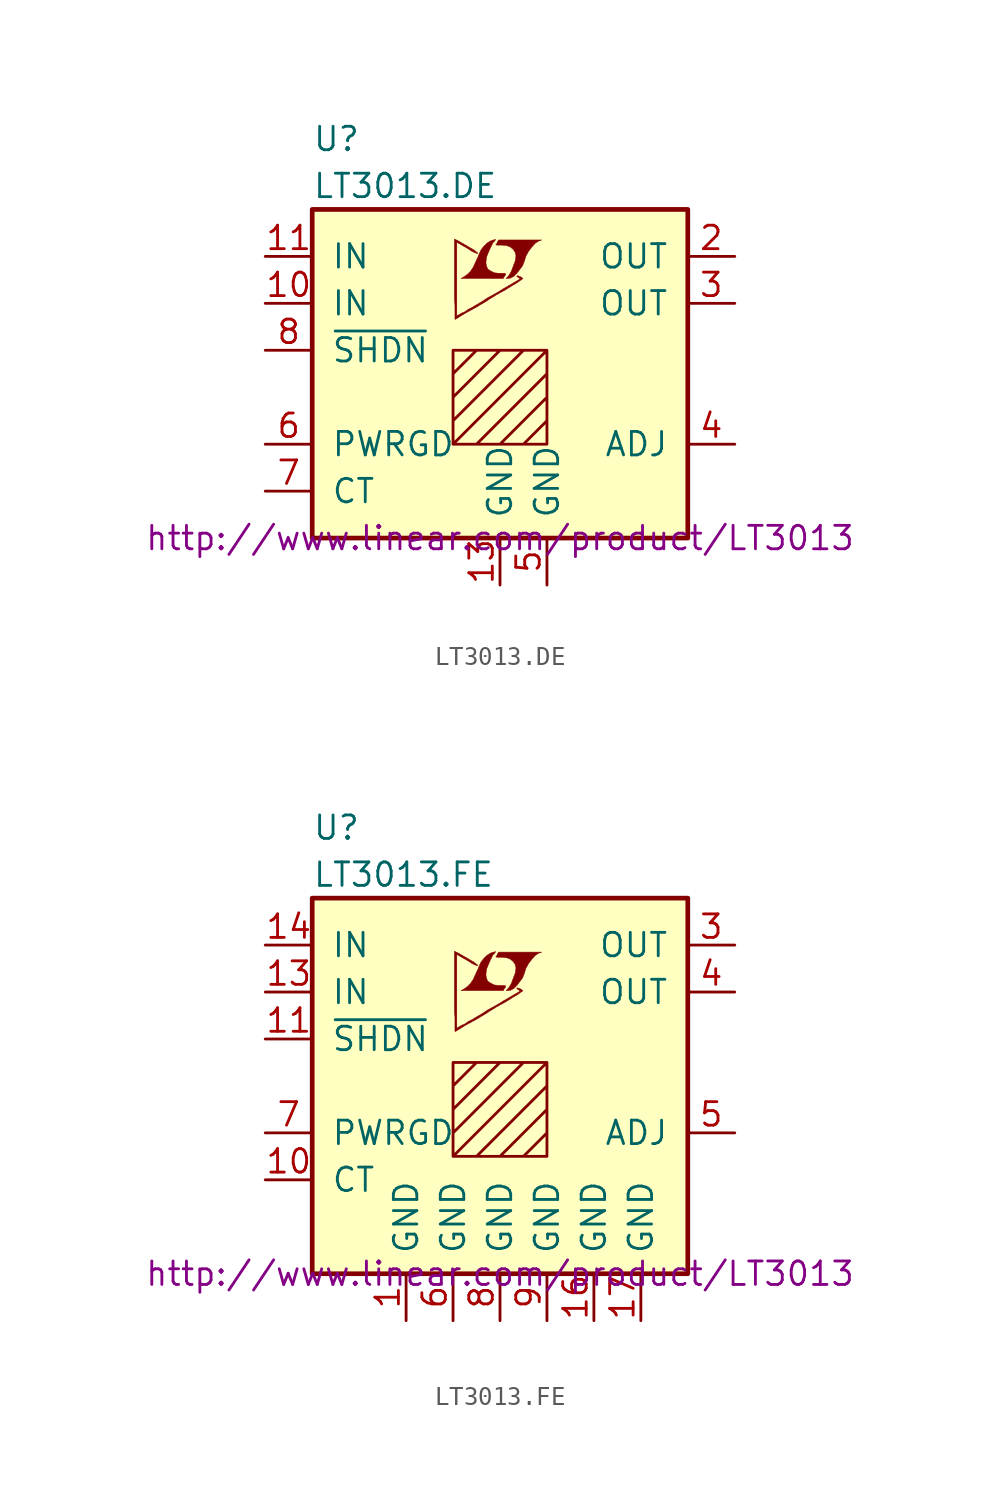
<source format=kicad_sym>
(kicad_symbol_lib
  (version 20201005)
  (generator kicad_symbol_editor)
  (symbol "LT3013.DE"
    (pin_names
      (offset 1.016))
    (property "Reference" "U"
      (at -10.16 13.97 0)
      (effects (font (size 1.27 1.27)) (justify left)))
    (property "Value" "LT3013.DE"
      (at -10.16 11.43 0)
      (effects (font (size 1.27 1.27)) (justify left)))
    (property "Datasheet" "http://www.linear.com/product/LT3013"
      (at 0 -7.62 0)
      (effects (font (size 1.27 1.27))))
    (symbol "LT3013.DE_0_0"
      (polyline (pts (xy 0.584 6.452) (xy 0.762 6.553) (xy 0.914 6.706) (xy 1.219 7.112) (xy 1.321 7.366) (xy 1.397 7.62) (xy 1.549 7.899) (xy 1.727 8.128) (xy 1.905 8.331) (xy 2.108 8.458) (xy 2.261 8.509) (xy -0.076 8.509) (xy -0.152 8.382) (xy -0.152 8.357) (xy -0.203 8.28) (xy -0.229 8.255) (xy -0.178 8.23) (xy 0.102 8.23) (xy 0.356 8.204) (xy 0.559 8.128) (xy 0.711 8.001) (xy 0.813 7.849) (xy 0.864 7.671) (xy 0.838 7.442) (xy 0.838 7.417) (xy 0.61 6.807) (xy 0.508 6.629) (xy 0.406 6.502) (xy 0.33 6.426) (xy 0.432 6.426) (xy 0.584 6.452)) (stroke (width 0.025)) (fill (type outline)))
      (polyline (pts (xy 0.229 6.528) (xy 0.254 6.553) (xy 0.305 6.629) (xy 0.305 6.68) (xy 0.254 6.706) (xy -0.051 6.706) (xy -0.305 6.731) (xy -0.508 6.833) (xy -0.66 6.934) (xy -0.737 7.112) (xy -0.762 7.29) (xy -0.737 7.518) (xy -0.737 7.544) (xy -0.686 7.696) (xy -0.533 8.052) (xy -0.381 8.357) (xy -0.305 8.433) (xy -0.229 8.534) (xy -0.356 8.509) (xy -0.508 8.458) (xy -0.711 8.331) (xy -0.889 8.153) (xy -1.041 7.95) (xy -1.168 7.671) (xy -1.168 7.645) (xy -1.321 7.315) (xy -1.448 7.036) (xy -1.6 6.807) (xy -1.753 6.655) (xy -1.93 6.528) (xy -2.108 6.426) (xy 0.178 6.426) (xy 0.229 6.528)) (stroke (width 0.025)) (fill (type outline)))
      (polyline (pts (xy -2.362 4.242) (xy -2.286 4.293) (xy -2.159 4.369) (xy -2.083 4.42) (xy -1.829 4.572) (xy -1.27 4.877) (xy -0.762 5.182) (xy -0.533 5.334) (xy -0.356 5.436) (xy -0.203 5.537) (xy -0.102 5.588) (xy -0.025 5.639) (xy 0.127 5.715) (xy 0.305 5.817) (xy 0.711 6.071) (xy 0.889 6.172) (xy 1.041 6.274) (xy 1.143 6.35) (xy 1.219 6.401) (xy 1.245 6.426) (xy 1.092 6.528) (xy 0.94 6.579) (xy 0.914 6.553) (xy 0.914 6.528) (xy 0.991 6.477) (xy 1.092 6.401) (xy 0.178 5.867) (xy -0.025 5.74) (xy -0.33 5.563) (xy -0.66 5.385) (xy -0.965 5.182) (xy -1.27 5.004) (xy -1.524 4.851) (xy -1.727 4.75) (xy -1.905 4.623) (xy -2.083 4.547) (xy -2.21 4.47) (xy -2.311 4.42) (xy -2.337 4.394) (xy -2.337 8.382) (xy -1.803 8.077) (xy -1.676 8.001) (xy -1.524 7.899) (xy -1.372 7.823) (xy -1.295 7.798) (xy -1.245 7.772) (xy -1.219 7.772) (xy -1.219 7.823) (xy -1.295 7.874) (xy -1.422 7.976) (xy -1.6 8.077) (xy -1.727 8.153) (xy -2.083 8.357) (xy -2.21 8.433) (xy -2.464 8.56) (xy -2.464 5.283) (xy -2.438 4.978) (xy -2.438 4.216) (xy -2.413 4.216) (xy -2.362 4.242)) (stroke (width 0.025)) (fill (type outline))))
    (symbol "LT3013.DE_0_1"
      (rectangle (start -10.16 10.16) (end 10.16 -7.62) (stroke (width 0.254)) (fill (type background)))
      (polyline (pts (xy -2.54 1.27) (xy -1.27 2.54) (xy 0 2.54) (xy -2.54 0) (xy -2.54 -1.27) (xy 1.27 2.54) (xy 2.54 2.54) (xy -2.54 -2.54) (xy -1.27 -2.54) (xy 2.54 1.27) (xy 2.54 0) (xy 0 -2.54) (xy 1.27 -2.54) (xy 2.54 -1.27) (xy 2.54 -2.54) (xy -2.54 -2.54) (xy -2.54 2.54) (xy 2.54 2.54) (xy 2.54 -2.54)) (stroke (width 0)) (fill (type none))))
    (symbol "LT3013.DE_1_1"
      (pin unconnected line (at 12.7 2.54 180) (length 2.54) hide (name "NC" (effects (font (size 1.27 1.27)))) (number "1" (effects (font (size 1.27 1.27)))))
      (pin power_in line (at -12.7 5.08 0) (length 2.54) (name "IN" (effects (font (size 1.27 1.27)))) (number "10" (effects (font (size 1.27 1.27)))))
      (pin power_in line (at -12.7 7.62 0) (length 2.54) (name "IN" (effects (font (size 1.27 1.27)))) (number "11" (effects (font (size 1.27 1.27)))))
      (pin unconnected line (at 12.7 -5.08 180) (length 2.54) hide (name "NC" (effects (font (size 1.27 1.27)))) (number "12" (effects (font (size 1.27 1.27)))))
      (pin power_in line (at 0 -10.16 90) (length 2.54) (name "GND" (effects (font (size 1.27 1.27)))) (number "13" (effects (font (size 1.27 1.27)))))
      (pin power_out line (at 12.7 7.62 180) (length 2.54) (name "OUT" (effects (font (size 1.27 1.27)))) (number "2" (effects (font (size 1.27 1.27)))))
      (pin power_out line (at 12.7 5.08 180) (length 2.54) (name "OUT" (effects (font (size 1.27 1.27)))) (number "3" (effects (font (size 1.27 1.27)))))
      (pin passive line (at 12.7 -2.54 180) (length 2.54) (name "ADJ" (effects (font (size 1.27 1.27)))) (number "4" (effects (font (size 1.27 1.27)))))
      (pin power_in line (at 2.54 -10.16 90) (length 2.54) (name "GND" (effects (font (size 1.27 1.27)))) (number "5" (effects (font (size 1.27 1.27)))))
      (pin open_collector line (at -12.7 -2.54 0) (length 2.54) (name "PWRGD" (effects (font (size 1.27 1.27)))) (number "6" (effects (font (size 1.27 1.27)))))
      (pin passive line (at -12.7 -5.08 0) (length 2.54) (name "CT" (effects (font (size 1.27 1.27)))) (number "7" (effects (font (size 1.27 1.27)))))
      (pin input line (at -12.7 2.54 0) (length 2.54) (name "~SHDN~" (effects (font (size 1.27 1.27)))) (number "8" (effects (font (size 1.27 1.27)))))
      (pin unconnected line (at 12.7 0 180) (length 2.54) hide (name "NC" (effects (font (size 1.27 1.27)))) (number "9" (effects (font (size 1.27 1.27)))))))
  (symbol "LT3013.FE"
    (pin_names
      (offset 1.016))
    (property "Reference" "U"
      (at -10.16 13.97 0)
      (effects (font (size 1.27 1.27)) (justify left)))
    (property "Value" "LT3013.FE"
      (at -10.16 11.43 0)
      (effects (font (size 1.27 1.27)) (justify left)))
    (property "Datasheet" "http://www.linear.com/product/LT3013"
      (at 0 -10.16 0)
      (effects (font (size 1.27 1.27))))
    (symbol "LT3013.FE_0_0"
      (polyline (pts (xy 0.584 5.182) (xy 0.762 5.283) (xy 0.914 5.436) (xy 1.219 5.842) (xy 1.321 6.096) (xy 1.397 6.35) (xy 1.549 6.629) (xy 1.727 6.858) (xy 1.905 7.061) (xy 2.108 7.188) (xy 2.261 7.239) (xy -0.076 7.239) (xy -0.152 7.112) (xy -0.152 7.087) (xy -0.203 7.01) (xy -0.229 6.985) (xy -0.178 6.96) (xy 0.102 6.96) (xy 0.356 6.934) (xy 0.559 6.858) (xy 0.711 6.731) (xy 0.813 6.579) (xy 0.864 6.401) (xy 0.838 6.172) (xy 0.838 6.147) (xy 0.61 5.537) (xy 0.508 5.359) (xy 0.406 5.232) (xy 0.33 5.156) (xy 0.432 5.156) (xy 0.584 5.182)) (stroke (width 0.025)) (fill (type outline)))
      (polyline (pts (xy 0.229 5.258) (xy 0.254 5.283) (xy 0.305 5.359) (xy 0.305 5.41) (xy 0.254 5.436) (xy -0.051 5.436) (xy -0.305 5.461) (xy -0.508 5.563) (xy -0.66 5.664) (xy -0.737 5.842) (xy -0.762 6.02) (xy -0.737 6.248) (xy -0.737 6.274) (xy -0.686 6.426) (xy -0.533 6.782) (xy -0.381 7.087) (xy -0.305 7.163) (xy -0.229 7.264) (xy -0.356 7.239) (xy -0.508 7.188) (xy -0.711 7.061) (xy -0.889 6.883) (xy -1.041 6.68) (xy -1.168 6.401) (xy -1.168 6.375) (xy -1.321 6.045) (xy -1.448 5.766) (xy -1.6 5.537) (xy -1.753 5.385) (xy -1.93 5.258) (xy -2.108 5.156) (xy 0.178 5.156) (xy 0.229 5.258)) (stroke (width 0.025)) (fill (type outline)))
      (polyline (pts (xy -2.362 2.972) (xy -2.286 3.023) (xy -2.159 3.099) (xy -2.083 3.15) (xy -1.829 3.302) (xy -1.27 3.607) (xy -0.762 3.912) (xy -0.533 4.064) (xy -0.356 4.166) (xy -0.203 4.267) (xy -0.102 4.318) (xy -0.025 4.369) (xy 0.127 4.445) (xy 0.305 4.547) (xy 0.711 4.801) (xy 0.889 4.902) (xy 1.041 5.004) (xy 1.143 5.08) (xy 1.219 5.131) (xy 1.245 5.156) (xy 1.092 5.258) (xy 0.94 5.309) (xy 0.914 5.283) (xy 0.914 5.258) (xy 0.991 5.207) (xy 1.092 5.131) (xy 0.178 4.597) (xy -0.025 4.47) (xy -0.33 4.293) (xy -0.66 4.115) (xy -0.965 3.912) (xy -1.27 3.734) (xy -1.524 3.581) (xy -1.727 3.48) (xy -1.905 3.353) (xy -2.083 3.277) (xy -2.21 3.2) (xy -2.311 3.15) (xy -2.337 3.124) (xy -2.337 7.112) (xy -1.803 6.807) (xy -1.676 6.731) (xy -1.524 6.629) (xy -1.372 6.553) (xy -1.295 6.528) (xy -1.245 6.502) (xy -1.219 6.502) (xy -1.219 6.553) (xy -1.295 6.604) (xy -1.422 6.706) (xy -1.6 6.807) (xy -1.727 6.883) (xy -2.083 7.087) (xy -2.21 7.163) (xy -2.464 7.29) (xy -2.464 4.013) (xy -2.438 3.708) (xy -2.438 2.946) (xy -2.413 2.946) (xy -2.362 2.972)) (stroke (width 0.025)) (fill (type outline))))
    (symbol "LT3013.FE_0_1"
      (rectangle (start -10.16 10.16) (end 10.16 -10.16) (stroke (width 0.254)) (fill (type background)))
      (polyline (pts (xy -2.54 0) (xy -1.27 1.27) (xy 0 1.27) (xy -2.54 -1.27) (xy -2.54 -2.54) (xy 1.27 1.27) (xy 2.54 1.27) (xy -2.54 -3.81) (xy -1.27 -3.81) (xy 2.54 0) (xy 2.54 -1.27) (xy 0 -3.81) (xy 1.27 -3.81) (xy 2.54 -2.54) (xy 2.54 -3.81) (xy -2.54 -3.81) (xy -2.54 1.27) (xy 2.54 1.27) (xy 2.54 -3.81)) (stroke (width 0)) (fill (type none))))
    (symbol "LT3013.FE_1_1"
      (pin power_in line (at -5.08 -12.7 90) (length 2.54) (name "GND" (effects (font (size 1.27 1.27)))) (number "1" (effects (font (size 1.27 1.27)))))
      (pin passive line (at -12.7 -5.08 0) (length 2.54) (name "CT" (effects (font (size 1.27 1.27)))) (number "10" (effects (font (size 1.27 1.27)))))
      (pin input line (at -12.7 2.54 0) (length 2.54) (name "~SHDN~" (effects (font (size 1.27 1.27)))) (number "11" (effects (font (size 1.27 1.27)))))
      (pin unconnected line (at 12.7 -5.08 180) (length 2.54) hide (name "NC" (effects (font (size 1.27 1.27)))) (number "12" (effects (font (size 1.27 1.27)))))
      (pin power_in line (at -12.7 5.08 0) (length 2.54) (name "IN" (effects (font (size 1.27 1.27)))) (number "13" (effects (font (size 1.27 1.27)))))
      (pin power_in line (at -12.7 7.62 0) (length 2.54) (name "IN" (effects (font (size 1.27 1.27)))) (number "14" (effects (font (size 1.27 1.27)))))
      (pin unconnected line (at 12.7 0 180) (length 2.54) hide (name "NC" (effects (font (size 1.27 1.27)))) (number "15" (effects (font (size 1.27 1.27)))))
      (pin power_in line (at 5.08 -12.7 90) (length 2.54) (name "GND" (effects (font (size 1.27 1.27)))) (number "16" (effects (font (size 1.27 1.27)))))
      (pin power_in line (at 7.62 -12.7 90) (length 2.54) (name "GND" (effects (font (size 1.27 1.27)))) (number "17" (effects (font (size 1.27 1.27)))))
      (pin unconnected line (at 12.7 2.54 180) (length 2.54) hide (name "NC" (effects (font (size 1.27 1.27)))) (number "2" (effects (font (size 1.27 1.27)))))
      (pin power_out line (at 12.7 7.62 180) (length 2.54) (name "OUT" (effects (font (size 1.27 1.27)))) (number "3" (effects (font (size 1.27 1.27)))))
      (pin power_out line (at 12.7 5.08 180) (length 2.54) (name "OUT" (effects (font (size 1.27 1.27)))) (number "4" (effects (font (size 1.27 1.27)))))
      (pin passive line (at 12.7 -2.54 180) (length 2.54) (name "ADJ" (effects (font (size 1.27 1.27)))) (number "5" (effects (font (size 1.27 1.27)))))
      (pin power_in line (at -2.54 -12.7 90) (length 2.54) (name "GND" (effects (font (size 1.27 1.27)))) (number "6" (effects (font (size 1.27 1.27)))))
      (pin open_collector line (at -12.7 -2.54 0) (length 2.54) (name "PWRGD" (effects (font (size 1.27 1.27)))) (number "7" (effects (font (size 1.27 1.27)))))
      (pin power_in line (at 0 -12.7 90) (length 2.54) (name "GND" (effects (font (size 1.27 1.27)))) (number "8" (effects (font (size 1.27 1.27)))))
      (pin power_in line (at 2.54 -12.7 90) (length 2.54) (name "GND" (effects (font (size 1.27 1.27)))) (number "9" (effects (font (size 1.27 1.27))))))))
</source>
